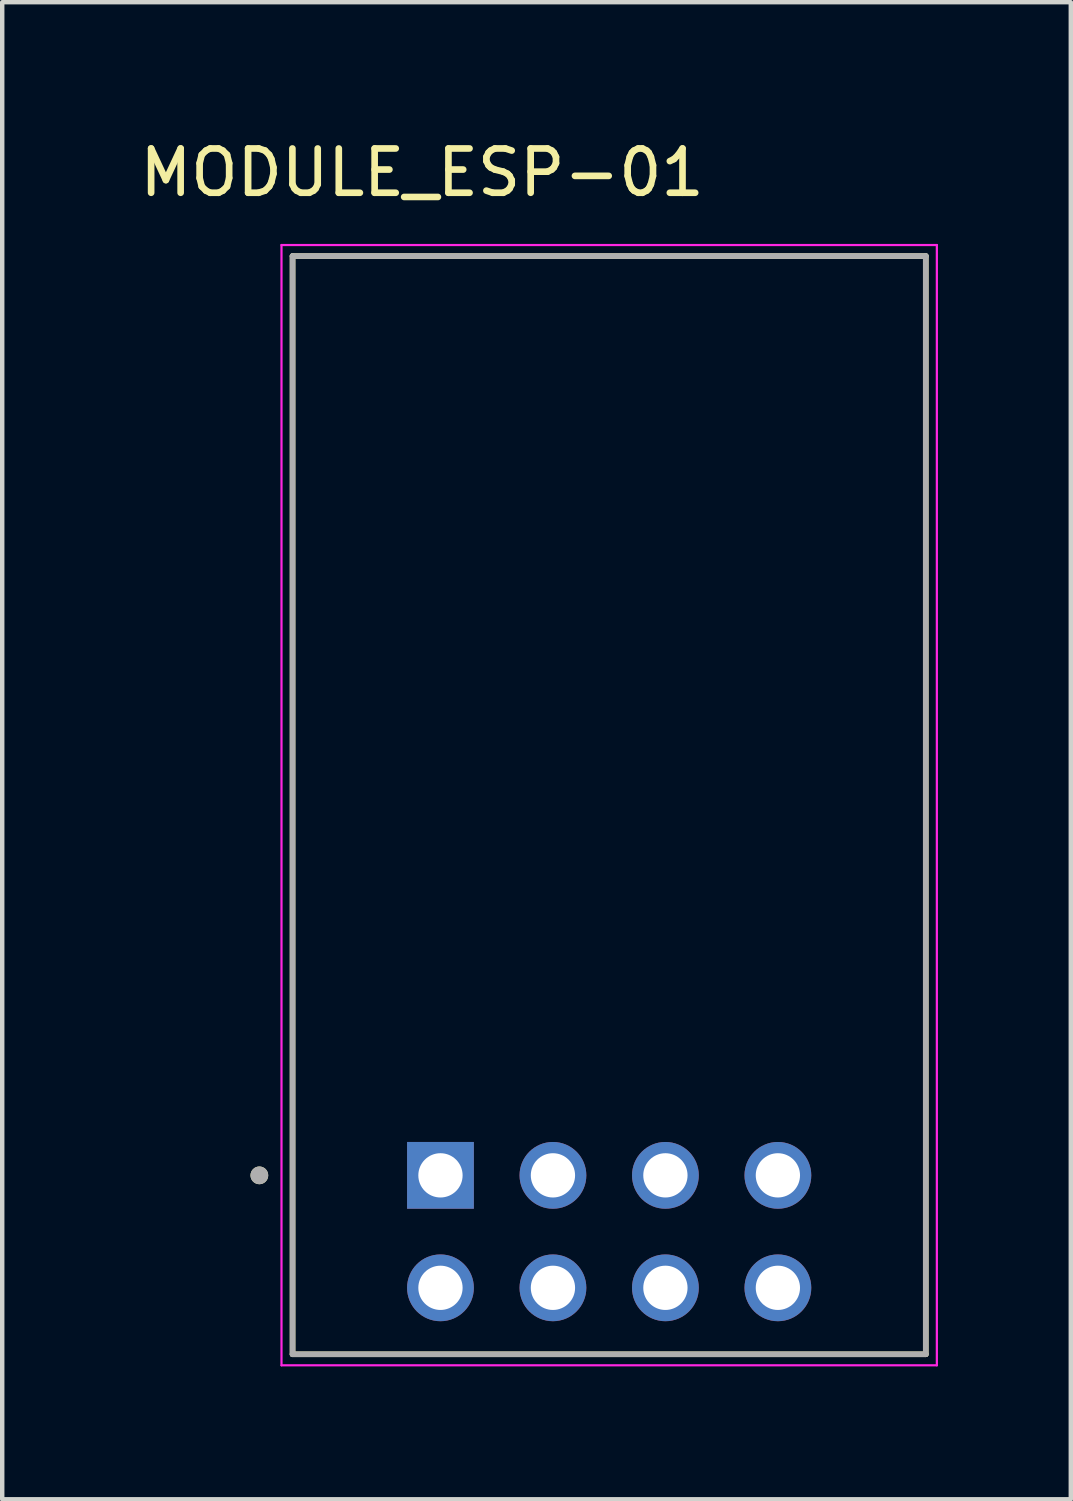
<source format=kicad_pcb>
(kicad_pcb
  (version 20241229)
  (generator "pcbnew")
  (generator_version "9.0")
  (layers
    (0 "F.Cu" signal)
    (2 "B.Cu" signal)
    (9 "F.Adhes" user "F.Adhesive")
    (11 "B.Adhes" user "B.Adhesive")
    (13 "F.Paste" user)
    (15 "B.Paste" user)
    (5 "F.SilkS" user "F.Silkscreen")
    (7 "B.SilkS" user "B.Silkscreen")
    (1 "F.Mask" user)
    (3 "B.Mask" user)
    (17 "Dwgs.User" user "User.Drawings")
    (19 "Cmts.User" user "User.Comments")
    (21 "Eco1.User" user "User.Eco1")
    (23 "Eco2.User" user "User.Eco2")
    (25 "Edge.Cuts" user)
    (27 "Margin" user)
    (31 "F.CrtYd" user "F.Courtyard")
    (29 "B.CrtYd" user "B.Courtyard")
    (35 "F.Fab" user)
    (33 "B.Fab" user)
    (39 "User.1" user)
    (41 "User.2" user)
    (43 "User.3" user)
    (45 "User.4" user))
  (footprint "MODULE_ESP-01"
    (layer "F.Cu")
    (at 10.707 15.133)
    (property "Reference" "MODULE_ESP-01" (at -4.225 -14.285 0) (layer "F.SilkS") (effects (font (size 1 1) (thickness 0.15))))
    (attr through_hole)
    (fp_line (start -7.15 -12.4) (end -7.15 12.4) (stroke (width 0.127) (type solid)) (layer "F.SilkS"))
    (fp_line (start -7.15 12.4) (end 7.15 12.4) (stroke (width 0.127) (type solid)) (layer "F.SilkS"))
    (fp_line (start 7.15 -12.4) (end -7.15 -12.4) (stroke (width 0.127) (type solid)) (layer "F.SilkS"))
    (fp_line (start 7.15 12.4) (end 7.15 -12.4) (stroke (width 0.127) (type solid)) (layer "F.SilkS"))
    (fp_circle (center -7.9 8.36) (end -7.8 8.36) (stroke (width 0.2) (type solid)) (fill no) (layer "F.SilkS"))
    (fp_line (start -7.4 -12.65) (end -7.4 12.65) (stroke (width 0.05) (type solid)) (layer "F.CrtYd"))
    (fp_line (start -7.4 12.65) (end 7.4 12.65) (stroke (width 0.05) (type solid)) (layer "F.CrtYd"))
    (fp_line (start 7.4 -12.65) (end -7.4 -12.65) (stroke (width 0.05) (type solid)) (layer "F.CrtYd"))
    (fp_line (start 7.4 12.65) (end 7.4 -12.65) (stroke (width 0.05) (type solid)) (layer "F.CrtYd"))
    (fp_line (start -7.15 -12.4) (end -7.15 12.4) (stroke (width 0.127) (type solid)) (layer "F.Fab"))
    (fp_line (start -7.15 12.4) (end 7.15 12.4) (stroke (width 0.127) (type solid)) (layer "F.Fab"))
    (fp_line (start 7.15 -12.4) (end -7.15 -12.4) (stroke (width 0.127) (type solid)) (layer "F.Fab"))
    (fp_line (start 7.15 12.4) (end 7.15 -12.4) (stroke (width 0.127) (type solid)) (layer "F.Fab"))
    (fp_circle (center -7.9 8.36) (end -7.8 8.36) (stroke (width 0.2) (type solid)) (fill no) (layer "F.Fab"))
    (pad "1" thru_hole rect (at -3.81 8.36) (size 1.508 1.508) (drill 1) (layers "*.Cu" "*.Mask"))
    (pad "2" thru_hole circle (at -1.27 8.36) (size 1.508 1.508) (drill 1) (layers "*.Cu" "*.Mask"))
    (pad "3" thru_hole circle (at 1.27 8.36) (size 1.508 1.508) (drill 1) (layers "*.Cu" "*.Mask"))
    (pad "4" thru_hole circle (at 3.81 8.36) (size 1.508 1.508) (drill 1) (layers "*.Cu" "*.Mask"))
    (pad "5" thru_hole circle (at 3.81 10.9) (size 1.508 1.508) (drill 1) (layers "*.Cu" "*.Mask"))
    (pad "6" thru_hole circle (at 1.27 10.9) (size 1.508 1.508) (drill 1) (layers "*.Cu" "*.Mask"))
    (pad "7" thru_hole circle (at -1.27 10.9) (size 1.508 1.508) (drill 1) (layers "*.Cu" "*.Mask"))
    (pad "8" thru_hole circle (at -3.81 10.9) (size 1.508 1.508) (drill 1) (layers "*.Cu" "*.Mask")))
  (gr_rect
    (start -3 -3)
    (end 21.132 30.808)
    (stroke (width 0.1) (type default))
    (fill no)
    (layer "Edge.Cuts")))
</source>
